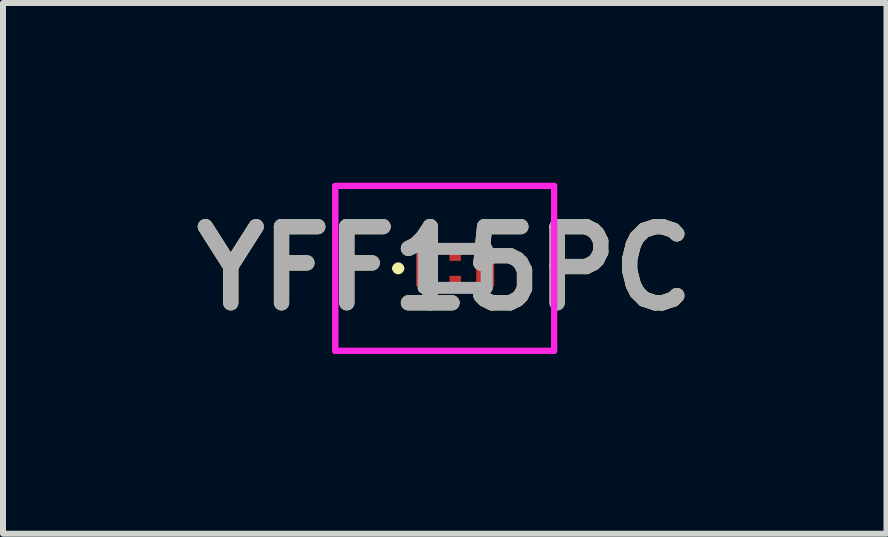
<source format=kicad_pcb>
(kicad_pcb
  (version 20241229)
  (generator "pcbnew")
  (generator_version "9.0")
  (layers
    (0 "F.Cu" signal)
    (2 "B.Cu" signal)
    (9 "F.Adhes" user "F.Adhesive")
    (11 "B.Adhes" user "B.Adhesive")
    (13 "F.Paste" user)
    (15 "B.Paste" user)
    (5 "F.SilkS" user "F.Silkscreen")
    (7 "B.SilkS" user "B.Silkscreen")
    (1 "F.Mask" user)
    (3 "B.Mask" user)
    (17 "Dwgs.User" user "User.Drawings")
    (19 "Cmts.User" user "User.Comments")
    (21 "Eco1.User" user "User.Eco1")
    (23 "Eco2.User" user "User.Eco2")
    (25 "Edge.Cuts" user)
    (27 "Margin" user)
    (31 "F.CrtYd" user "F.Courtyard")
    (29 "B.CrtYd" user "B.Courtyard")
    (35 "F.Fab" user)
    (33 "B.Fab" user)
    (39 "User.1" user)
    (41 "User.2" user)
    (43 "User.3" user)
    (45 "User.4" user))
  (footprint "YFF15PC"
    (layer "F.Cu")
    (at 4.541 1.425)
    (property "Reference" "YFF15PC" (at -0.175 0 0) (layer "F.SilkS") (effects (font (size 1.27 1.27) (thickness 0.254))))
    (attr smd)
    (fp_line (start -1 0) (end -1 0) (stroke (width 0.1) (type solid)) (layer "F.SilkS"))
    (fp_line (start -0.9 0) (end -0.9 0) (stroke (width 0.1) (type solid)) (layer "F.SilkS"))
    (fp_arc (start -1 0) (mid -0.95 -0.05) (end -0.9 0) (stroke (width 0.1) (type solid)) (layer "F.SilkS"))
    (fp_arc (start -0.9 0) (mid -0.95 0.05) (end -1 0) (stroke (width 0.1) (type solid)) (layer "F.SilkS"))
    (fp_line (start -2 -1.375) (end 1.65 -1.375) (stroke (width 0.1) (type solid)) (layer "F.CrtYd"))
    (fp_line (start -2 -1.375) (end 1.65 -1.375) (stroke (width 0.1) (type solid)) (layer "F.CrtYd"))
    (fp_line (start -2 1.375) (end -2 -1.375) (stroke (width 0.1) (type solid)) (layer "F.CrtYd"))
    (fp_line (start -2 1.375) (end -2 -1.375) (stroke (width 0.1) (type solid)) (layer "F.CrtYd"))
    (fp_line (start 1.65 -1.375) (end 1.65 1.375) (stroke (width 0.1) (type solid)) (layer "F.CrtYd"))
    (fp_line (start 1.65 -1.375) (end 1.65 1.375) (stroke (width 0.1) (type solid)) (layer "F.CrtYd"))
    (fp_line (start 1.65 1.375) (end -2 1.375) (stroke (width 0.1) (type solid)) (layer "F.CrtYd"))
    (fp_line (start 1.65 1.375) (end -2 1.375) (stroke (width 0.1) (type solid)) (layer "F.CrtYd"))
    (fp_line (start -0.525 -0.325) (end 0.525 -0.325) (stroke (width 0.2) (type solid)) (layer "F.Fab"))
    (fp_line (start -0.525 0.325) (end -0.525 -0.325) (stroke (width 0.2) (type solid)) (layer "F.Fab"))
    (fp_line (start 0.525 -0.325) (end 0.525 0.325) (stroke (width 0.2) (type solid)) (layer "F.Fab"))
    (fp_line (start 0.525 0.325) (end -0.525 0.325) (stroke (width 0.2) (type solid)) (layer "F.Fab"))
    (fp_text user "${REFERENCE}" (at -0.175 0 0) (layer "F.Fab") (effects (font (size 1.27 1.27) (thickness 0.254))))
    (pad "1" smd rect (at -0.5 0) (size 0.3 0.6) (layers "F.Cu" "F.Mask" "F.Paste"))
    (pad "2" smd rect (at 0 0.25) (size 0.19 0.25) (layers "F.Cu" "F.Mask" "F.Paste"))
    (pad "3" smd rect (at 0.5 0) (size 0.3 0.6) (layers "F.Cu" "F.Mask" "F.Paste"))
    (pad "4" smd rect (at 0 -0.25) (size 0.19 0.25) (layers "F.Cu" "F.Mask" "F.Paste")))
  (gr_rect
    (start -3 -3)
    (end 11.733 5.85)
    (stroke (width 0.1) (type default))
    (fill no)
    (layer "Edge.Cuts")))
</source>
